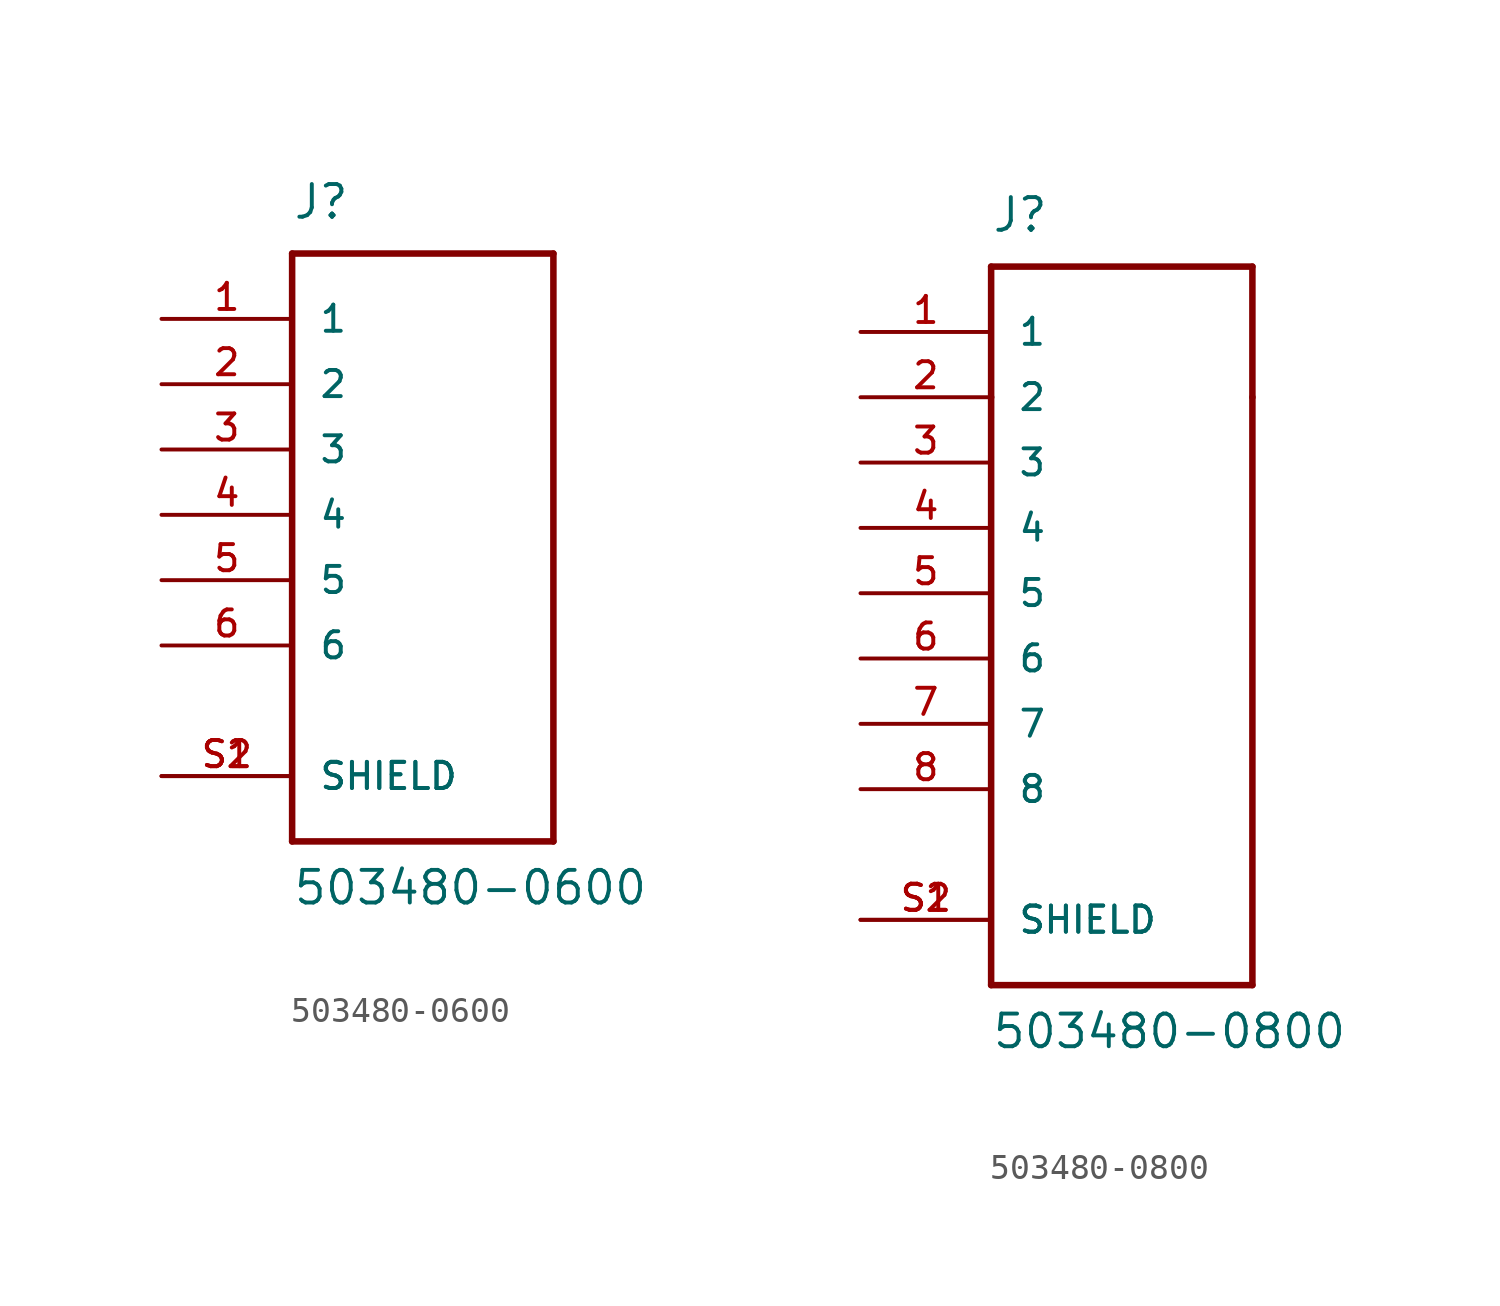
<source format=kicad_sym>
(kicad_symbol_lib
  (version 20220914)
  (generator kicad_symbol_editor)
  (symbol "503480-0600"
    (pin_names
      (offset 1.016))
    (property "Reference" "J"
      (at -5.08 11.43 0)
      (effects (font (size 1.27 1.27)) (justify left bottom)))
    (property "Value" "503480-0600"
      (at -5.08 -15.24 0)
      (effects (font (size 1.27 1.27)) (justify left bottom)))
    (property "ki_locked" ""
      (at 0 0 0)
      (effects (font (size 1.27 1.27))))
    (symbol "503480-0600_0_0"
      (polyline (pts (xy -5.08 -12.7) (xy 5.08 -12.7)) (stroke (width 0.254) (type solid)) (fill (type none)))
      (polyline (pts (xy -5.08 10.16) (xy -5.08 -12.7)) (stroke (width 0.254) (type solid)) (fill (type none)))
      (polyline (pts (xy 5.08 -12.7) (xy 5.08 10.16)) (stroke (width 0.254) (type solid)) (fill (type none)))
      (polyline (pts (xy 5.08 10.16) (xy -5.08 10.16)) (stroke (width 0.254) (type solid)) (fill (type none)))
      (pin passive line (at -10.16 7.62 0) (length 5.08) (name "1" (effects (font (size 1.016 1.016)))) (number "1" (effects (font (size 1.016 1.016)))))
      (pin passive line (at -10.16 5.08 0) (length 5.08) (name "2" (effects (font (size 1.016 1.016)))) (number "2" (effects (font (size 1.016 1.016)))))
      (pin passive line (at -10.16 2.54 0) (length 5.08) (name "3" (effects (font (size 1.016 1.016)))) (number "3" (effects (font (size 1.016 1.016)))))
      (pin passive line (at -10.16 0 0) (length 5.08) (name "4" (effects (font (size 1.016 1.016)))) (number "4" (effects (font (size 1.016 1.016)))))
      (pin passive line (at -10.16 -2.54 0) (length 5.08) (name "5" (effects (font (size 1.016 1.016)))) (number "5" (effects (font (size 1.016 1.016)))))
      (pin passive line (at -10.16 -5.08 0) (length 5.08) (name "6" (effects (font (size 1.016 1.016)))) (number "6" (effects (font (size 1.016 1.016)))))
      (pin passive line (at -10.16 -10.16 0) (length 5.08) (name "SHIELD" (effects (font (size 1.016 1.016)))) (number "S1" (effects (font (size 1.016 1.016)))))
      (pin passive line (at -10.16 -10.16 0) (length 5.08) (name "SHIELD" (effects (font (size 1.016 1.016)))) (number "S2" (effects (font (size 1.016 1.016)))))))
  (symbol "503480-0800"
    (pin_names
      (offset 1.016))
    (property "Reference" "J"
      (at -5.08 11.43 0)
      (effects (font (size 1.27 1.27)) (justify left bottom)))
    (property "Value" "503480-0800"
      (at -5.08 -20.32 0)
      (effects (font (size 1.27 1.27)) (justify left bottom)))
    (property "ki_locked" ""
      (at 0 0 0)
      (effects (font (size 1.27 1.27))))
    (symbol "503480-0800_0_0"
      (polyline (pts (xy -5.08 -17.78) (xy 5.08 -17.78)) (stroke (width 0.254) (type solid)) (fill (type none)))
      (polyline (pts (xy -5.08 5.08) (xy -5.08 -17.78)) (stroke (width 0.254) (type solid)) (fill (type none)))
      (polyline (pts (xy 5.08 -17.78) (xy 5.08 5.08)) (stroke (width 0.254) (type solid)) (fill (type none)))
      (polyline (pts (xy 5.08 10.16) (xy -5.08 10.16)) (stroke (width 0.254) (type solid)) (fill (type none)))
      (pin passive line (at -10.16 7.62 0) (length 5.08) (name "1" (effects (font (size 1.016 1.016)))) (number "1" (effects (font (size 1.016 1.016)))))
      (pin passive line (at -10.16 5.08 0) (length 5.08) (name "2" (effects (font (size 1.016 1.016)))) (number "2" (effects (font (size 1.016 1.016)))))
      (pin passive line (at -10.16 2.54 0) (length 5.08) (name "3" (effects (font (size 1.016 1.016)))) (number "3" (effects (font (size 1.016 1.016)))))
      (pin passive line (at -10.16 0 0) (length 5.08) (name "4" (effects (font (size 1.016 1.016)))) (number "4" (effects (font (size 1.016 1.016)))))
      (pin passive line (at -10.16 -2.54 0) (length 5.08) (name "5" (effects (font (size 1.016 1.016)))) (number "5" (effects (font (size 1.016 1.016)))))
      (pin passive line (at -10.16 -5.08 0) (length 5.08) (name "6" (effects (font (size 1.016 1.016)))) (number "6" (effects (font (size 1.016 1.016)))))
      (pin passive line (at -10.16 -7.62 0) (length 5.08) (name "7" (effects (font (size 1.016 1.016)))) (number "7" (effects (font (size 1.016 1.016)))))
      (pin passive line (at -10.16 -10.16 0) (length 5.08) (name "8" (effects (font (size 1.016 1.016)))) (number "8" (effects (font (size 1.016 1.016)))))
      (pin passive line (at -10.16 -15.24 0) (length 5.08) (name "SHIELD" (effects (font (size 1.016 1.016)))) (number "S1" (effects (font (size 1.016 1.016)))))
      (pin passive line (at -10.16 -15.24 0) (length 5.08) (name "SHIELD" (effects (font (size 1.016 1.016)))) (number "S2" (effects (font (size 1.016 1.016))))))
    (symbol "503480-0800_1_1"
      (rectangle (start -5.08 5.08) (end -5.08 10.16) (stroke (width 0.254) (type solid)) (fill (type none)))
      (rectangle (start 5.08 5.08) (end 5.08 10.16) (stroke (width 0.254) (type solid)) (fill (type none))))))
</source>
